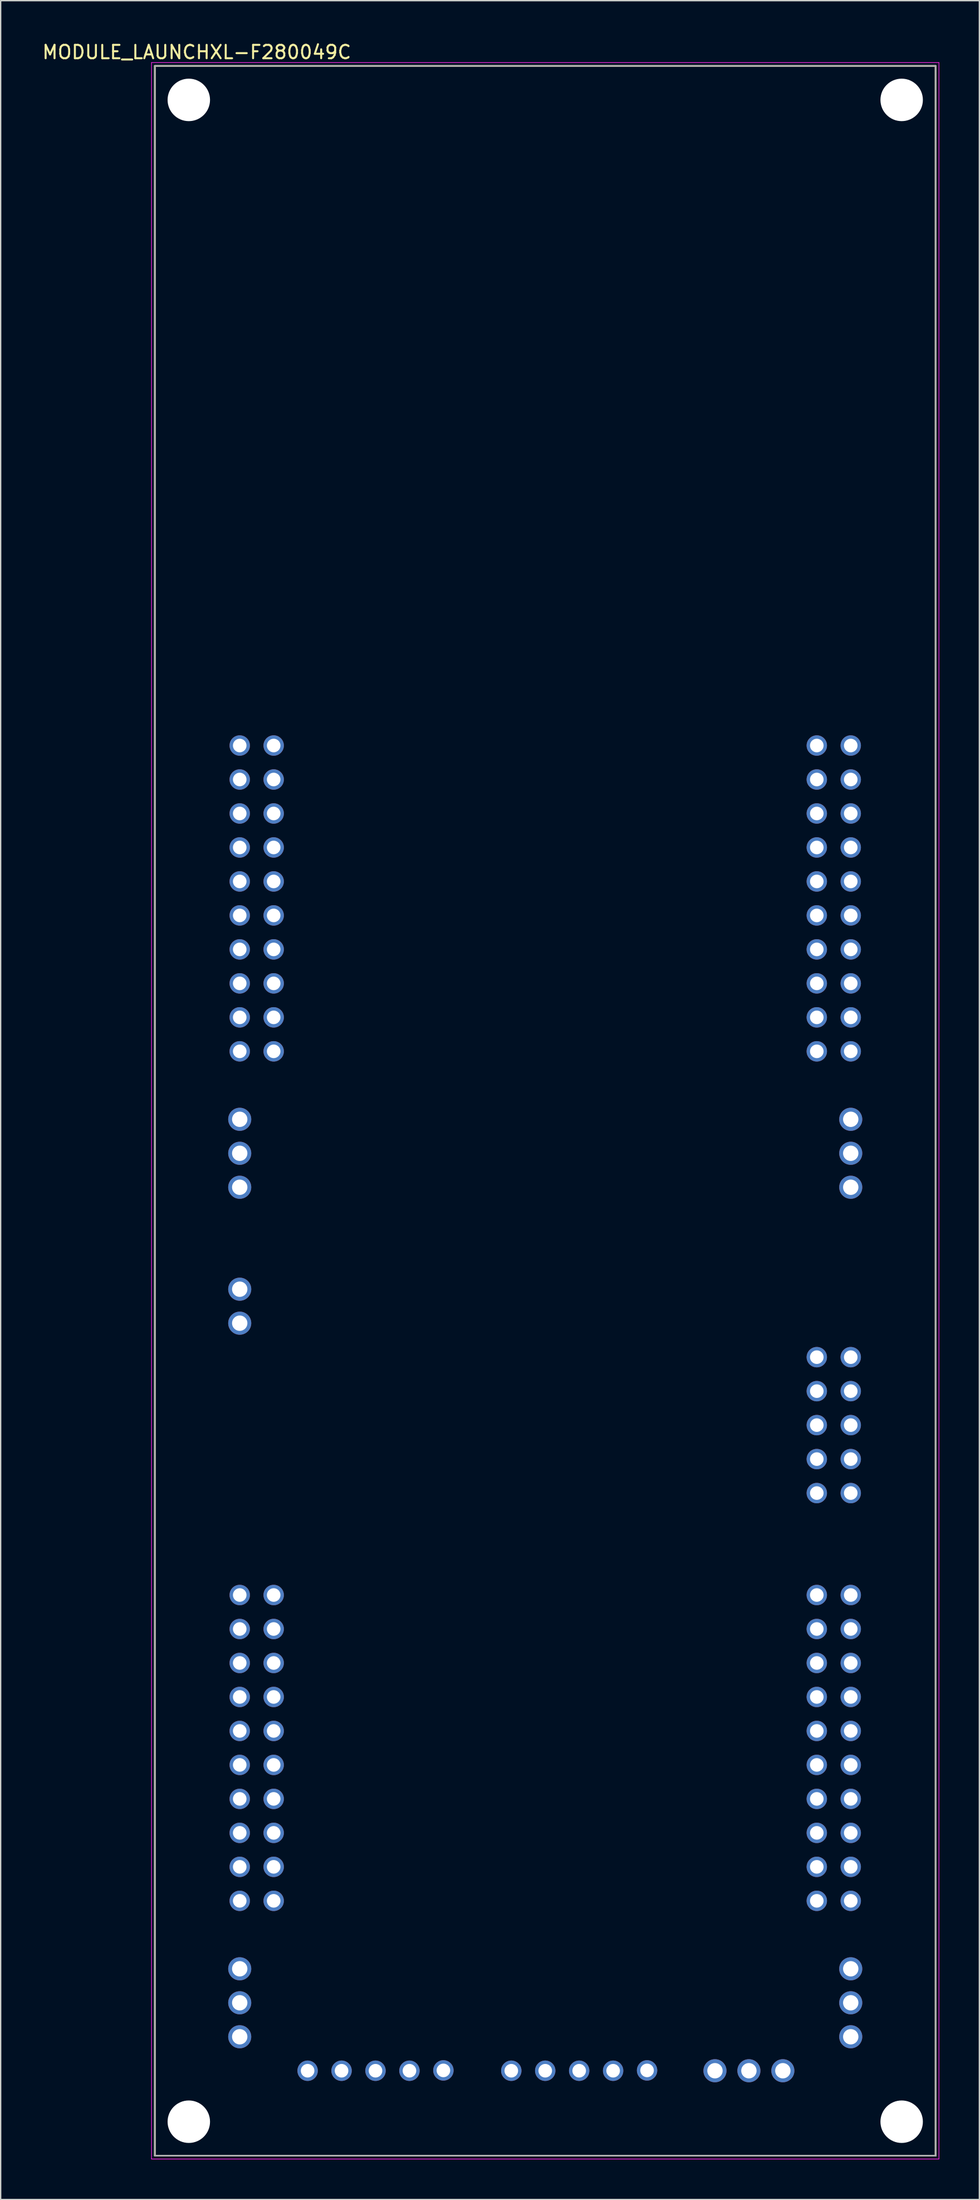
<source format=kicad_pcb>
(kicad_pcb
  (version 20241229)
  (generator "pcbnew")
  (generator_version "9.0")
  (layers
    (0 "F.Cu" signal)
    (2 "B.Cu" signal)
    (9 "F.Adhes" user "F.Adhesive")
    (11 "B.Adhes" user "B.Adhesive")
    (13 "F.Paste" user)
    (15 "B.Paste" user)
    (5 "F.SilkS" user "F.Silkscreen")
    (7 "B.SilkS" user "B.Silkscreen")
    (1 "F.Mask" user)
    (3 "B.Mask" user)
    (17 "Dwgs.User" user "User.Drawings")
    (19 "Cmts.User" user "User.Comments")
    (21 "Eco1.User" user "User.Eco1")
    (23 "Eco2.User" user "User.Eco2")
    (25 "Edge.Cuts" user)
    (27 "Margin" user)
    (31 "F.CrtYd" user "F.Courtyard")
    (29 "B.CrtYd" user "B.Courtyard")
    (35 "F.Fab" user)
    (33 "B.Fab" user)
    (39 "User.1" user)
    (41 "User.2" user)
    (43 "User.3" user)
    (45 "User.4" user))
  (footprint "MODULE_LAUNCHXL-F280049C"
    (layer "F.Cu")
    (at 37.748 79.983)
    (property "Reference" "MODULE_LAUNCHXL-F280049C" (at -26.075 -79.135 0) (layer "F.SilkS") (effects (font (size 1 1) (thickness 0.15))))
    (attr through_hole)
    (fp_line (start -29.21 -78.105) (end -29.21 78.105) (stroke (width 0.127) (type solid)) (layer "F.SilkS"))
    (fp_line (start -29.21 78.105) (end 29.21 78.105) (stroke (width 0.127) (type solid)) (layer "F.SilkS"))
    (fp_line (start 29.21 -78.105) (end -29.21 -78.105) (stroke (width 0.127) (type solid)) (layer "F.SilkS"))
    (fp_line (start 29.21 78.105) (end 29.21 -78.105) (stroke (width 0.127) (type solid)) (layer "F.SilkS"))
    (fp_line (start -29.46 -78.355) (end -29.46 78.355) (stroke (width 0.05) (type solid)) (layer "F.CrtYd"))
    (fp_line (start -29.46 78.355) (end 29.46 78.355) (stroke (width 0.05) (type solid)) (layer "F.CrtYd"))
    (fp_line (start 29.46 -78.355) (end -29.46 -78.355) (stroke (width 0.05) (type solid)) (layer "F.CrtYd"))
    (fp_line (start 29.46 78.355) (end 29.46 -78.355) (stroke (width 0.05) (type solid)) (layer "F.CrtYd"))
    (fp_line (start -29.21 -78.105) (end -29.21 78.105) (stroke (width 0.127) (type solid)) (layer "F.Fab"))
    (fp_line (start -29.21 78.105) (end 29.21 78.105) (stroke (width 0.127) (type solid)) (layer "F.Fab"))
    (fp_line (start 29.21 -78.105) (end -29.21 -78.105) (stroke (width 0.127) (type solid)) (layer "F.Fab"))
    (fp_line (start 29.21 78.105) (end 29.21 -78.105) (stroke (width 0.127) (type solid)) (layer "F.Fab"))
    (pad "" np_thru_hole circle (at -26.67 -75.565) (size 3.175 3.175) (drill 3.175) (layers "*.Cu" "*.Mask"))
    (pad "" np_thru_hole circle (at -26.67 75.565) (size 3.175 3.175) (drill 3.175) (layers "*.Cu" "*.Mask"))
    (pad "" np_thru_hole circle (at 26.67 -75.565) (size 3.175 3.175) (drill 3.175) (layers "*.Cu" "*.Mask"))
    (pad "" np_thru_hole circle (at 26.67 75.565) (size 3.175 3.175) (drill 3.175) (layers "*.Cu" "*.Mask"))
    (pad "J1_1" thru_hole circle (at -22.86 -27.305) (size 1.524 1.524) (drill 1.016) (layers "*.Cu" "*.Mask"))
    (pad "J1_2" thru_hole circle (at -22.86 -24.765) (size 1.524 1.524) (drill 1.016) (layers "*.Cu" "*.Mask"))
    (pad "J1_3" thru_hole circle (at -22.86 -22.225) (size 1.524 1.524) (drill 1.016) (layers "*.Cu" "*.Mask"))
    (pad "J1_4" thru_hole circle (at -22.86 -19.685) (size 1.524 1.524) (drill 1.016) (layers "*.Cu" "*.Mask"))
    (pad "J1_5" thru_hole circle (at -22.86 -17.145) (size 1.524 1.524) (drill 1.016) (layers "*.Cu" "*.Mask"))
    (pad "J1_6" thru_hole circle (at -22.86 -14.605) (size 1.524 1.524) (drill 1.016) (layers "*.Cu" "*.Mask"))
    (pad "J1_7" thru_hole circle (at -22.86 -12.065) (size 1.524 1.524) (drill 1.016) (layers "*.Cu" "*.Mask"))
    (pad "J1_8" thru_hole circle (at -22.86 -9.525) (size 1.524 1.524) (drill 1.016) (layers "*.Cu" "*.Mask"))
    (pad "J1_9" thru_hole circle (at -22.86 -6.985) (size 1.524 1.524) (drill 1.016) (layers "*.Cu" "*.Mask"))
    (pad "J1_10" thru_hole circle (at -22.86 -4.445) (size 1.524 1.524) (drill 1.016) (layers "*.Cu" "*.Mask"))
    (pad "J2_11" thru_hole circle (at 22.86 -4.445) (size 1.524 1.524) (drill 1.016) (layers "*.Cu" "*.Mask"))
    (pad "J2_12" thru_hole circle (at 22.86 -6.985) (size 1.524 1.524) (drill 1.016) (layers "*.Cu" "*.Mask"))
    (pad "J2_13" thru_hole circle (at 22.86 -9.525) (size 1.524 1.524) (drill 1.016) (layers "*.Cu" "*.Mask"))
    (pad "J2_14" thru_hole circle (at 22.86 -12.065) (size 1.524 1.524) (drill 1.016) (layers "*.Cu" "*.Mask"))
    (pad "J2_15" thru_hole circle (at 22.86 -14.605) (size 1.524 1.524) (drill 1.016) (layers "*.Cu" "*.Mask"))
    (pad "J2_16" thru_hole circle (at 22.86 -17.145) (size 1.524 1.524) (drill 1.016) (layers "*.Cu" "*.Mask"))
    (pad "J2_17" thru_hole circle (at 22.86 -19.685) (size 1.524 1.524) (drill 1.016) (layers "*.Cu" "*.Mask"))
    (pad "J2_18" thru_hole circle (at 22.86 -22.225) (size 1.524 1.524) (drill 1.016) (layers "*.Cu" "*.Mask"))
    (pad "J2_19" thru_hole circle (at 22.86 -24.765) (size 1.524 1.524) (drill 1.016) (layers "*.Cu" "*.Mask"))
    (pad "J2_20" thru_hole circle (at 22.86 -27.305) (size 1.524 1.524) (drill 1.016) (layers "*.Cu" "*.Mask"))
    (pad "J3_21" thru_hole circle (at -20.32 -27.305) (size 1.524 1.524) (drill 1.016) (layers "*.Cu" "*.Mask"))
    (pad "J3_22" thru_hole circle (at -20.32 -24.765) (size 1.524 1.524) (drill 1.016) (layers "*.Cu" "*.Mask"))
    (pad "J3_23" thru_hole circle (at -20.32 -22.225) (size 1.524 1.524) (drill 1.016) (layers "*.Cu" "*.Mask"))
    (pad "J3_24" thru_hole circle (at -20.32 -19.685) (size 1.524 1.524) (drill 1.016) (layers "*.Cu" "*.Mask"))
    (pad "J3_25" thru_hole circle (at -20.32 -17.145) (size 1.524 1.524) (drill 1.016) (layers "*.Cu" "*.Mask"))
    (pad "J3_26" thru_hole circle (at -20.32 -14.605) (size 1.524 1.524) (drill 1.016) (layers "*.Cu" "*.Mask"))
    (pad "J3_27" thru_hole circle (at -20.32 -12.065) (size 1.524 1.524) (drill 1.016) (layers "*.Cu" "*.Mask"))
    (pad "J3_28" thru_hole circle (at -20.32 -9.525) (size 1.524 1.524) (drill 1.016) (layers "*.Cu" "*.Mask"))
    (pad "J3_29" thru_hole circle (at -20.32 -6.985) (size 1.524 1.524) (drill 1.016) (layers "*.Cu" "*.Mask"))
    (pad "J3_30" thru_hole circle (at -20.32 -4.445) (size 1.524 1.524) (drill 1.016) (layers "*.Cu" "*.Mask"))
    (pad "J4_31" thru_hole circle (at 20.32 -4.445) (size 1.524 1.524) (drill 1.016) (layers "*.Cu" "*.Mask"))
    (pad "J4_32" thru_hole circle (at 20.32 -6.985) (size 1.524 1.524) (drill 1.016) (layers "*.Cu" "*.Mask"))
    (pad "J4_33" thru_hole circle (at 20.32 -9.525) (size 1.524 1.524) (drill 1.016) (layers "*.Cu" "*.Mask"))
    (pad "J4_34" thru_hole circle (at 20.32 -12.065) (size 1.524 1.524) (drill 1.016) (layers "*.Cu" "*.Mask"))
    (pad "J4_35" thru_hole circle (at 20.32 -14.605) (size 1.524 1.524) (drill 1.016) (layers "*.Cu" "*.Mask"))
    (pad "J4_36" thru_hole circle (at 20.32 -17.145) (size 1.524 1.524) (drill 1.016) (layers "*.Cu" "*.Mask"))
    (pad "J4_37" thru_hole circle (at 20.32 -19.685) (size 1.524 1.524) (drill 1.016) (layers "*.Cu" "*.Mask"))
    (pad "J4_38" thru_hole circle (at 20.32 -22.225) (size 1.524 1.524) (drill 1.016) (layers "*.Cu" "*.Mask"))
    (pad "J4_39" thru_hole circle (at 20.32 -24.765) (size 1.524 1.524) (drill 1.016) (layers "*.Cu" "*.Mask"))
    (pad "J4_40" thru_hole circle (at 20.32 -27.305) (size 1.524 1.524) (drill 1.016) (layers "*.Cu" "*.Mask"))
    (pad "J5_41" thru_hole circle (at -22.86 36.195) (size 1.524 1.524) (drill 1.016) (layers "*.Cu" "*.Mask"))
    (pad "J5_42" thru_hole circle (at -22.86 38.735) (size 1.524 1.524) (drill 1.016) (layers "*.Cu" "*.Mask"))
    (pad "J5_43" thru_hole circle (at -22.86 41.275) (size 1.524 1.524) (drill 1.016) (layers "*.Cu" "*.Mask"))
    (pad "J5_44" thru_hole circle (at -22.86 43.815) (size 1.524 1.524) (drill 1.016) (layers "*.Cu" "*.Mask"))
    (pad "J5_45" thru_hole circle (at -22.86 46.355) (size 1.524 1.524) (drill 1.016) (layers "*.Cu" "*.Mask"))
    (pad "J5_46" thru_hole circle (at -22.86 48.895) (size 1.524 1.524) (drill 1.016) (layers "*.Cu" "*.Mask"))
    (pad "J5_47" thru_hole circle (at -22.86 51.435) (size 1.524 1.524) (drill 1.016) (layers "*.Cu" "*.Mask"))
    (pad "J5_48" thru_hole circle (at -22.86 53.975) (size 1.524 1.524) (drill 1.016) (layers "*.Cu" "*.Mask"))
    (pad "J5_49" thru_hole circle (at -22.86 56.515) (size 1.524 1.524) (drill 1.016) (layers "*.Cu" "*.Mask"))
    (pad "J5_50" thru_hole circle (at -22.86 59.055) (size 1.524 1.524) (drill 1.016) (layers "*.Cu" "*.Mask"))
    (pad "J6_51" thru_hole circle (at 22.86 59.055) (size 1.524 1.524) (drill 1.016) (layers "*.Cu" "*.Mask"))
    (pad "J6_52" thru_hole circle (at 22.86 56.515) (size 1.524 1.524) (drill 1.016) (layers "*.Cu" "*.Mask"))
    (pad "J6_53" thru_hole circle (at 22.86 53.975) (size 1.524 1.524) (drill 1.016) (layers "*.Cu" "*.Mask"))
    (pad "J6_54" thru_hole circle (at 22.86 51.435) (size 1.524 1.524) (drill 1.016) (layers "*.Cu" "*.Mask"))
    (pad "J6_55" thru_hole circle (at 22.86 48.895) (size 1.524 1.524) (drill 1.016) (layers "*.Cu" "*.Mask"))
    (pad "J6_56" thru_hole circle (at 22.86 46.355) (size 1.524 1.524) (drill 1.016) (layers "*.Cu" "*.Mask"))
    (pad "J6_57" thru_hole circle (at 22.86 43.815) (size 1.524 1.524) (drill 1.016) (layers "*.Cu" "*.Mask"))
    (pad "J6_58" thru_hole circle (at 22.86 41.275) (size 1.524 1.524) (drill 1.016) (layers "*.Cu" "*.Mask"))
    (pad "J6_59" thru_hole circle (at 22.86 38.735) (size 1.524 1.524) (drill 1.016) (layers "*.Cu" "*.Mask"))
    (pad "J6_60" thru_hole circle (at 22.86 36.195) (size 1.524 1.524) (drill 1.016) (layers "*.Cu" "*.Mask"))
    (pad "J7_61" thru_hole circle (at -20.32 36.195) (size 1.524 1.524) (drill 1.016) (layers "*.Cu" "*.Mask"))
    (pad "J7_62" thru_hole circle (at -20.32 38.735) (size 1.524 1.524) (drill 1.016) (layers "*.Cu" "*.Mask"))
    (pad "J7_63" thru_hole circle (at -20.32 41.275) (size 1.524 1.524) (drill 1.016) (layers "*.Cu" "*.Mask"))
    (pad "J7_64" thru_hole circle (at -20.32 43.815) (size 1.524 1.524) (drill 1.016) (layers "*.Cu" "*.Mask"))
    (pad "J7_65" thru_hole circle (at -20.32 46.355) (size 1.524 1.524) (drill 1.016) (layers "*.Cu" "*.Mask"))
    (pad "J7_66" thru_hole circle (at -20.32 48.895) (size 1.524 1.524) (drill 1.016) (layers "*.Cu" "*.Mask"))
    (pad "J7_67" thru_hole circle (at -20.32 51.435) (size 1.524 1.524) (drill 1.016) (layers "*.Cu" "*.Mask"))
    (pad "J7_68" thru_hole circle (at -20.32 53.975) (size 1.524 1.524) (drill 1.016) (layers "*.Cu" "*.Mask"))
    (pad "J7_69" thru_hole circle (at -20.32 56.515) (size 1.524 1.524) (drill 1.016) (layers "*.Cu" "*.Mask"))
    (pad "J7_70" thru_hole circle (at -20.32 59.055) (size 1.524 1.524) (drill 1.016) (layers "*.Cu" "*.Mask"))
    (pad "J8_71" thru_hole circle (at 20.32 59.055) (size 1.524 1.524) (drill 1.016) (layers "*.Cu" "*.Mask"))
    (pad "J8_72" thru_hole circle (at 20.32 56.515) (size 1.524 1.524) (drill 1.016) (layers "*.Cu" "*.Mask"))
    (pad "J8_73" thru_hole circle (at 20.32 53.975) (size 1.524 1.524) (drill 1.016) (layers "*.Cu" "*.Mask"))
    (pad "J8_74" thru_hole circle (at 20.32 51.435) (size 1.524 1.524) (drill 1.016) (layers "*.Cu" "*.Mask"))
    (pad "J8_75" thru_hole circle (at 20.32 48.895) (size 1.524 1.524) (drill 1.016) (layers "*.Cu" "*.Mask"))
    (pad "J8_76" thru_hole circle (at 20.32 46.355) (size 1.524 1.524) (drill 1.016) (layers "*.Cu" "*.Mask"))
    (pad "J8_77" thru_hole circle (at 20.32 43.815) (size 1.524 1.524) (drill 1.016) (layers "*.Cu" "*.Mask"))
    (pad "J8_78" thru_hole circle (at 20.32 41.275) (size 1.524 1.524) (drill 1.016) (layers "*.Cu" "*.Mask"))
    (pad "J8_79" thru_hole circle (at 20.32 38.735) (size 1.524 1.524) (drill 1.016) (layers "*.Cu" "*.Mask"))
    (pad "J8_80" thru_hole circle (at 20.32 36.195) (size 1.524 1.524) (drill 1.016) (layers "*.Cu" "*.Mask"))
    (pad "J11_1" thru_hole circle (at 20.32 18.415) (size 1.524 1.524) (drill 1.016) (layers "*.Cu" "*.Mask"))
    (pad "J11_2" thru_hole circle (at 22.86 18.415) (size 1.524 1.524) (drill 1.016) (layers "*.Cu" "*.Mask"))
    (pad "J11_3" thru_hole circle (at 20.32 20.955) (size 1.524 1.524) (drill 1.016) (layers "*.Cu" "*.Mask"))
    (pad "J11_4" thru_hole circle (at 22.86 20.955) (size 1.524 1.524) (drill 1.016) (layers "*.Cu" "*.Mask"))
    (pad "J11_5" thru_hole circle (at 20.32 23.495) (size 1.524 1.524) (drill 1.016) (layers "*.Cu" "*.Mask"))
    (pad "J11_6" thru_hole circle (at 22.86 23.495) (size 1.524 1.524) (drill 1.016) (layers "*.Cu" "*.Mask"))
    (pad "J11_7" thru_hole circle (at 20.32 26.035) (size 1.524 1.524) (drill 1.016) (layers "*.Cu" "*.Mask"))
    (pad "J11_8" thru_hole circle (at 22.86 26.035) (size 1.524 1.524) (drill 1.016) (layers "*.Cu" "*.Mask"))
    (pad "J11_9" thru_hole circle (at 20.32 28.575) (size 1.524 1.524) (drill 1.016) (layers "*.Cu" "*.Mask"))
    (pad "J11_10" thru_hole circle (at 22.86 28.575) (size 1.524 1.524) (drill 1.016) (layers "*.Cu" "*.Mask"))
    (pad "J12_1" thru_hole circle (at 7.62 71.73) (size 1.524 1.524) (drill 1.016) (layers "*.Cu" "*.Mask"))
    (pad "J12_2" thru_hole circle (at 5.08 71.755) (size 1.524 1.524) (drill 1.016) (layers "*.Cu" "*.Mask"))
    (pad "J12_3" thru_hole circle (at 2.54 71.755) (size 1.524 1.524) (drill 1.016) (layers "*.Cu" "*.Mask"))
    (pad "J12_4" thru_hole circle (at 0 71.755) (size 1.524 1.524) (drill 1.016) (layers "*.Cu" "*.Mask"))
    (pad "J12_5" thru_hole circle (at -2.54 71.755) (size 1.524 1.524) (drill 1.016) (layers "*.Cu" "*.Mask"))
    (pad "J13_1" thru_hole circle (at -7.62 71.73) (size 1.524 1.524) (drill 1.016) (layers "*.Cu" "*.Mask"))
    (pad "J13_2" thru_hole circle (at -10.16 71.755) (size 1.524 1.524) (drill 1.016) (layers "*.Cu" "*.Mask"))
    (pad "J13_3" thru_hole circle (at -12.7 71.755) (size 1.524 1.524) (drill 1.016) (layers "*.Cu" "*.Mask"))
    (pad "J13_4" thru_hole circle (at -15.24 71.755) (size 1.524 1.524) (drill 1.016) (layers "*.Cu" "*.Mask"))
    (pad "J13_5" thru_hole circle (at -17.78 71.755) (size 1.524 1.524) (drill 1.016) (layers "*.Cu" "*.Mask"))
    (pad "J14_1" thru_hole circle (at 17.78 71.755) (size 1.725 1.725) (drill 1.15) (layers "*.Cu" "*.Mask"))
    (pad "J14_2" thru_hole circle (at 15.24 71.755) (size 1.725 1.725) (drill 1.15) (layers "*.Cu" "*.Mask"))
    (pad "J14_3" thru_hole circle (at 12.7 71.755) (size 1.725 1.725) (drill 1.15) (layers "*.Cu" "*.Mask"))
    (pad "J15_1" thru_hole circle (at -22.86 13.335) (size 1.725 1.725) (drill 1.15) (layers "*.Cu" "*.Mask"))
    (pad "J15_2" thru_hole circle (at -22.86 15.875) (size 1.725 1.725) (drill 1.15) (layers "*.Cu" "*.Mask"))
    (pad "JP4_1" thru_hole circle (at 22.86 5.715) (size 1.725 1.725) (drill 1.15) (layers "*.Cu" "*.Mask"))
    (pad "JP4_2" thru_hole circle (at 22.86 3.175) (size 1.725 1.725) (drill 1.15) (layers "*.Cu" "*.Mask"))
    (pad "JP4_3" thru_hole circle (at 22.86 0.635) (size 1.725 1.725) (drill 1.15) (layers "*.Cu" "*.Mask"))
    (pad "JP5_1" thru_hole circle (at -22.86 5.715) (size 1.725 1.725) (drill 1.15) (layers "*.Cu" "*.Mask"))
    (pad "JP5_2" thru_hole circle (at -22.86 3.175) (size 1.725 1.725) (drill 1.15) (layers "*.Cu" "*.Mask"))
    (pad "JP5_3" thru_hole circle (at -22.86 0.635) (size 1.725 1.725) (drill 1.15) (layers "*.Cu" "*.Mask"))
    (pad "JP6_1" thru_hole circle (at 22.86 69.215) (size 1.725 1.725) (drill 1.15) (layers "*.Cu" "*.Mask"))
    (pad "JP6_2" thru_hole circle (at 22.86 66.675) (size 1.725 1.725) (drill 1.15) (layers "*.Cu" "*.Mask"))
    (pad "JP6_3" thru_hole circle (at 22.86 64.135) (size 1.725 1.725) (drill 1.15) (layers "*.Cu" "*.Mask"))
    (pad "JP7_1" thru_hole circle (at -22.86 69.215) (size 1.725 1.725) (drill 1.15) (layers "*.Cu" "*.Mask"))
    (pad "JP7_2" thru_hole circle (at -22.86 66.675) (size 1.725 1.725) (drill 1.15) (layers "*.Cu" "*.Mask"))
    (pad "JP7_3" thru_hole circle (at -22.86 64.135) (size 1.725 1.725) (drill 1.15) (layers "*.Cu" "*.Mask")))
  (gr_rect
    (start -3 -3)
    (end 70.233 161.363)
    (stroke (width 0.1) (type default))
    (fill no)
    (layer "Edge.Cuts")))
</source>
